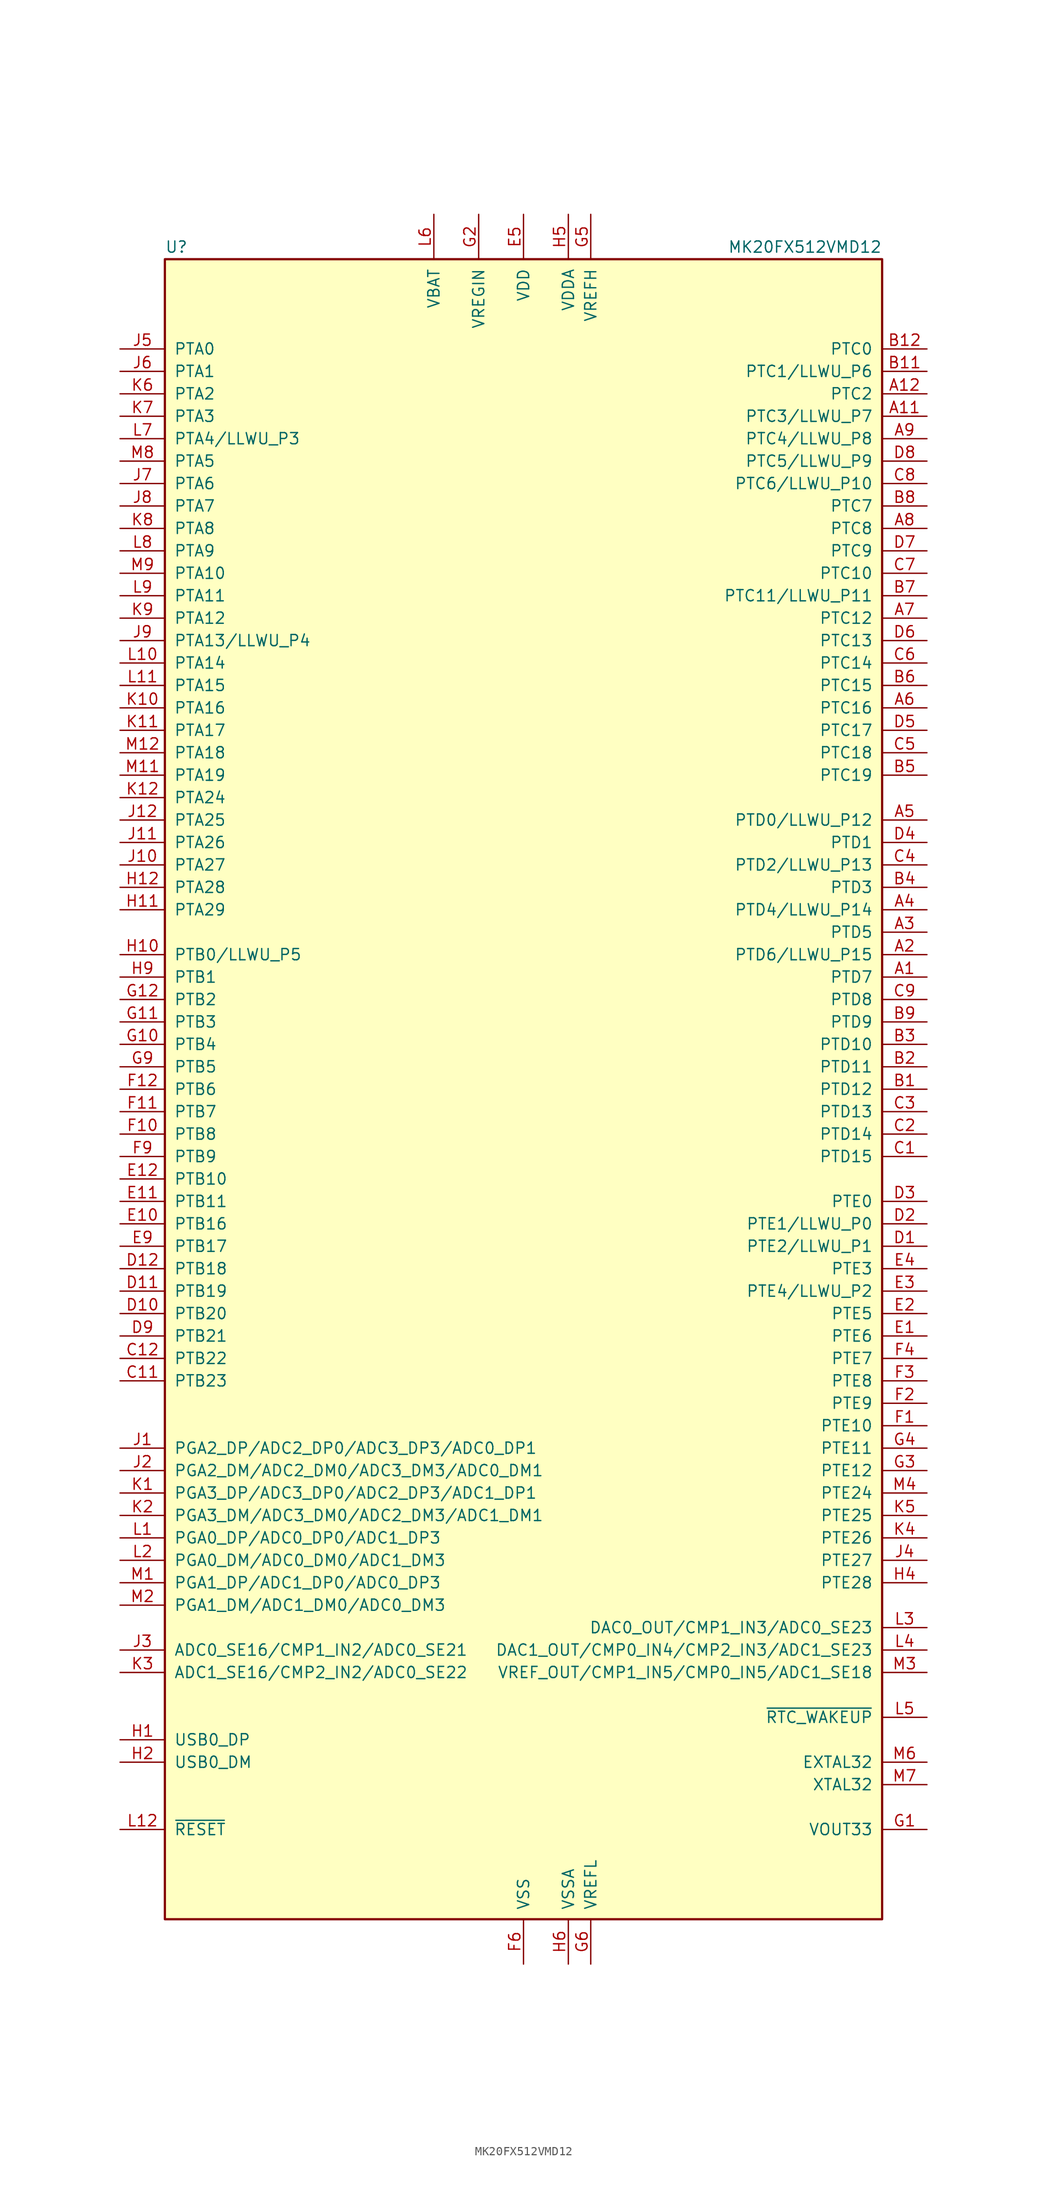
<source format=kicad_sym>
(kicad_symbol_lib
  (version 20231120)
  (generator "kicad_symbol_editor")
  (generator_version "8.0")
  (symbol "MK20FX512VMD12"
    (pin_names
      (offset 1.016))
    (property "Reference" "U"
      (at -40.64 94.615 0)
      (effects (font (size 1.27 1.27)) (justify left bottom)))
    (property "Value" "MK20FX512VMD12"
      (at 40.64 94.615 0)
      (effects (font (size 1.27 1.27)) (justify right bottom)))
    (symbol "MK20FX512VMD12_0_1"
      (rectangle (start -40.64 93.98) (end 40.64 -93.98) (stroke (width 0.254) (type default)) (fill (type background))))
    (symbol "MK20FX512VMD12_1_1"
      (pin bidirectional line (at 45.72 12.7 180) (length 5.08) (name "PTD7" (effects (font (size 1.27 1.27)))) (number "A1" (effects (font (size 1.27 1.27)))))
      (pin no_connect line (at -12.7 -93.98 90) (length 5.08) hide (name "NC" (effects (font (size 1.27 1.27)))) (number "A10" (effects (font (size 1.27 1.27)))))
      (pin bidirectional line (at 45.72 76.2 180) (length 5.08) (name "PTC3/LLWU_P7" (effects (font (size 1.27 1.27)))) (number "A11" (effects (font (size 1.27 1.27)))))
      (pin bidirectional line (at 45.72 78.74 180) (length 5.08) (name "PTC2" (effects (font (size 1.27 1.27)))) (number "A12" (effects (font (size 1.27 1.27)))))
      (pin bidirectional line (at 45.72 15.24 180) (length 5.08) (name "PTD6/LLWU_P15" (effects (font (size 1.27 1.27)))) (number "A2" (effects (font (size 1.27 1.27)))))
      (pin bidirectional line (at 45.72 17.78 180) (length 5.08) (name "PTD5" (effects (font (size 1.27 1.27)))) (number "A3" (effects (font (size 1.27 1.27)))))
      (pin bidirectional line (at 45.72 20.32 180) (length 5.08) (name "PTD4/LLWU_P14" (effects (font (size 1.27 1.27)))) (number "A4" (effects (font (size 1.27 1.27)))))
      (pin bidirectional line (at 45.72 30.48 180) (length 5.08) (name "PTD0/LLWU_P12" (effects (font (size 1.27 1.27)))) (number "A5" (effects (font (size 1.27 1.27)))))
      (pin bidirectional line (at 45.72 43.18 180) (length 5.08) (name "PTC16" (effects (font (size 1.27 1.27)))) (number "A6" (effects (font (size 1.27 1.27)))))
      (pin bidirectional line (at 45.72 53.34 180) (length 5.08) (name "PTC12" (effects (font (size 1.27 1.27)))) (number "A7" (effects (font (size 1.27 1.27)))))
      (pin bidirectional line (at 45.72 63.5 180) (length 5.08) (name "PTC8" (effects (font (size 1.27 1.27)))) (number "A8" (effects (font (size 1.27 1.27)))))
      (pin bidirectional line (at 45.72 73.66 180) (length 5.08) (name "PTC4/LLWU_P8" (effects (font (size 1.27 1.27)))) (number "A9" (effects (font (size 1.27 1.27)))))
      (pin bidirectional line (at 45.72 0 180) (length 5.08) (name "PTD12" (effects (font (size 1.27 1.27)))) (number "B1" (effects (font (size 1.27 1.27)))))
      (pin no_connect line (at -10.16 -93.98 90) (length 5.08) hide (name "NC" (effects (font (size 1.27 1.27)))) (number "B10" (effects (font (size 1.27 1.27)))))
      (pin bidirectional line (at 45.72 81.28 180) (length 5.08) (name "PTC1/LLWU_P6" (effects (font (size 1.27 1.27)))) (number "B11" (effects (font (size 1.27 1.27)))))
      (pin bidirectional line (at 45.72 83.82 180) (length 5.08) (name "PTC0" (effects (font (size 1.27 1.27)))) (number "B12" (effects (font (size 1.27 1.27)))))
      (pin bidirectional line (at 45.72 2.54 180) (length 5.08) (name "PTD11" (effects (font (size 1.27 1.27)))) (number "B2" (effects (font (size 1.27 1.27)))))
      (pin bidirectional line (at 45.72 5.08 180) (length 5.08) (name "PTD10" (effects (font (size 1.27 1.27)))) (number "B3" (effects (font (size 1.27 1.27)))))
      (pin bidirectional line (at 45.72 22.86 180) (length 5.08) (name "PTD3" (effects (font (size 1.27 1.27)))) (number "B4" (effects (font (size 1.27 1.27)))))
      (pin bidirectional line (at 45.72 35.56 180) (length 5.08) (name "PTC19" (effects (font (size 1.27 1.27)))) (number "B5" (effects (font (size 1.27 1.27)))))
      (pin bidirectional line (at 45.72 45.72 180) (length 5.08) (name "PTC15" (effects (font (size 1.27 1.27)))) (number "B6" (effects (font (size 1.27 1.27)))))
      (pin bidirectional line (at 45.72 55.88 180) (length 5.08) (name "PTC11/LLWU_P11" (effects (font (size 1.27 1.27)))) (number "B7" (effects (font (size 1.27 1.27)))))
      (pin bidirectional line (at 45.72 66.04 180) (length 5.08) (name "PTC7" (effects (font (size 1.27 1.27)))) (number "B8" (effects (font (size 1.27 1.27)))))
      (pin bidirectional line (at 45.72 7.62 180) (length 5.08) (name "PTD9" (effects (font (size 1.27 1.27)))) (number "B9" (effects (font (size 1.27 1.27)))))
      (pin bidirectional line (at 45.72 -7.62 180) (length 5.08) (name "PTD15" (effects (font (size 1.27 1.27)))) (number "C1" (effects (font (size 1.27 1.27)))))
      (pin no_connect line (at -7.62 -93.98 90) (length 5.08) hide (name "NC" (effects (font (size 1.27 1.27)))) (number "C10" (effects (font (size 1.27 1.27)))))
      (pin bidirectional line (at -45.72 -33.02 0) (length 5.08) (name "PTB23" (effects (font (size 1.27 1.27)))) (number "C11" (effects (font (size 1.27 1.27)))))
      (pin bidirectional line (at -45.72 -30.48 0) (length 5.08) (name "PTB22" (effects (font (size 1.27 1.27)))) (number "C12" (effects (font (size 1.27 1.27)))))
      (pin bidirectional line (at 45.72 -5.08 180) (length 5.08) (name "PTD14" (effects (font (size 1.27 1.27)))) (number "C2" (effects (font (size 1.27 1.27)))))
      (pin bidirectional line (at 45.72 -2.54 180) (length 5.08) (name "PTD13" (effects (font (size 1.27 1.27)))) (number "C3" (effects (font (size 1.27 1.27)))))
      (pin bidirectional line (at 45.72 25.4 180) (length 5.08) (name "PTD2/LLWU_P13" (effects (font (size 1.27 1.27)))) (number "C4" (effects (font (size 1.27 1.27)))))
      (pin bidirectional line (at 45.72 38.1 180) (length 5.08) (name "PTC18" (effects (font (size 1.27 1.27)))) (number "C5" (effects (font (size 1.27 1.27)))))
      (pin bidirectional line (at 45.72 48.26 180) (length 5.08) (name "PTC14" (effects (font (size 1.27 1.27)))) (number "C6" (effects (font (size 1.27 1.27)))))
      (pin bidirectional line (at 45.72 58.42 180) (length 5.08) (name "PTC10" (effects (font (size 1.27 1.27)))) (number "C7" (effects (font (size 1.27 1.27)))))
      (pin bidirectional line (at 45.72 68.58 180) (length 5.08) (name "PTC6/LLWU_P10" (effects (font (size 1.27 1.27)))) (number "C8" (effects (font (size 1.27 1.27)))))
      (pin bidirectional line (at 45.72 10.16 180) (length 5.08) (name "PTD8" (effects (font (size 1.27 1.27)))) (number "C9" (effects (font (size 1.27 1.27)))))
      (pin bidirectional line (at 45.72 -17.78 180) (length 5.08) (name "PTE2/LLWU_P1" (effects (font (size 1.27 1.27)))) (number "D1" (effects (font (size 1.27 1.27)))))
      (pin bidirectional line (at -45.72 -25.4 0) (length 5.08) (name "PTB20" (effects (font (size 1.27 1.27)))) (number "D10" (effects (font (size 1.27 1.27)))))
      (pin bidirectional line (at -45.72 -22.86 0) (length 5.08) (name "PTB19" (effects (font (size 1.27 1.27)))) (number "D11" (effects (font (size 1.27 1.27)))))
      (pin bidirectional line (at -45.72 -20.32 0) (length 5.08) (name "PTB18" (effects (font (size 1.27 1.27)))) (number "D12" (effects (font (size 1.27 1.27)))))
      (pin bidirectional line (at 45.72 -15.24 180) (length 5.08) (name "PTE1/LLWU_P0" (effects (font (size 1.27 1.27)))) (number "D2" (effects (font (size 1.27 1.27)))))
      (pin bidirectional line (at 45.72 -12.7 180) (length 5.08) (name "PTE0" (effects (font (size 1.27 1.27)))) (number "D3" (effects (font (size 1.27 1.27)))))
      (pin bidirectional line (at 45.72 27.94 180) (length 5.08) (name "PTD1" (effects (font (size 1.27 1.27)))) (number "D4" (effects (font (size 1.27 1.27)))))
      (pin bidirectional line (at 45.72 40.64 180) (length 5.08) (name "PTC17" (effects (font (size 1.27 1.27)))) (number "D5" (effects (font (size 1.27 1.27)))))
      (pin bidirectional line (at 45.72 50.8 180) (length 5.08) (name "PTC13" (effects (font (size 1.27 1.27)))) (number "D6" (effects (font (size 1.27 1.27)))))
      (pin bidirectional line (at 45.72 60.96 180) (length 5.08) (name "PTC9" (effects (font (size 1.27 1.27)))) (number "D7" (effects (font (size 1.27 1.27)))))
      (pin bidirectional line (at 45.72 71.12 180) (length 5.08) (name "PTC5/LLWU_P9" (effects (font (size 1.27 1.27)))) (number "D8" (effects (font (size 1.27 1.27)))))
      (pin bidirectional line (at -45.72 -27.94 0) (length 5.08) (name "PTB21" (effects (font (size 1.27 1.27)))) (number "D9" (effects (font (size 1.27 1.27)))))
      (pin bidirectional line (at 45.72 -27.94 180) (length 5.08) (name "PTE6" (effects (font (size 1.27 1.27)))) (number "E1" (effects (font (size 1.27 1.27)))))
      (pin bidirectional line (at -45.72 -15.24 0) (length 5.08) (name "PTB16" (effects (font (size 1.27 1.27)))) (number "E10" (effects (font (size 1.27 1.27)))))
      (pin bidirectional line (at -45.72 -12.7 0) (length 5.08) (name "PTB11" (effects (font (size 1.27 1.27)))) (number "E11" (effects (font (size 1.27 1.27)))))
      (pin bidirectional line (at -45.72 -10.16 0) (length 5.08) (name "PTB10" (effects (font (size 1.27 1.27)))) (number "E12" (effects (font (size 1.27 1.27)))))
      (pin bidirectional line (at 45.72 -25.4 180) (length 5.08) (name "PTE5" (effects (font (size 1.27 1.27)))) (number "E2" (effects (font (size 1.27 1.27)))))
      (pin bidirectional line (at 45.72 -22.86 180) (length 5.08) (name "PTE4/LLWU_P2" (effects (font (size 1.27 1.27)))) (number "E3" (effects (font (size 1.27 1.27)))))
      (pin bidirectional line (at 45.72 -20.32 180) (length 5.08) (name "PTE3" (effects (font (size 1.27 1.27)))) (number "E4" (effects (font (size 1.27 1.27)))))
      (pin power_in line (at 0 99.06 270) (length 5.08) (name "VDD" (effects (font (size 1.27 1.27)))) (number "E5" (effects (font (size 1.27 1.27)))))
      (pin passive line (at 0 99.06 270) (length 5.08) hide (name "VDD" (effects (font (size 1.27 1.27)))) (number "E6" (effects (font (size 1.27 1.27)))))
      (pin passive line (at 0 99.06 270) (length 5.08) hide (name "VDD" (effects (font (size 1.27 1.27)))) (number "E7" (effects (font (size 1.27 1.27)))))
      (pin passive line (at 0 99.06 270) (length 5.08) hide (name "VDD" (effects (font (size 1.27 1.27)))) (number "E8" (effects (font (size 1.27 1.27)))))
      (pin bidirectional line (at -45.72 -17.78 0) (length 5.08) (name "PTB17" (effects (font (size 1.27 1.27)))) (number "E9" (effects (font (size 1.27 1.27)))))
      (pin bidirectional line (at 45.72 -38.1 180) (length 5.08) (name "PTE10" (effects (font (size 1.27 1.27)))) (number "F1" (effects (font (size 1.27 1.27)))))
      (pin bidirectional line (at -45.72 -5.08 0) (length 5.08) (name "PTB8" (effects (font (size 1.27 1.27)))) (number "F10" (effects (font (size 1.27 1.27)))))
      (pin bidirectional line (at -45.72 -2.54 0) (length 5.08) (name "PTB7" (effects (font (size 1.27 1.27)))) (number "F11" (effects (font (size 1.27 1.27)))))
      (pin bidirectional line (at -45.72 0 0) (length 5.08) (name "PTB6" (effects (font (size 1.27 1.27)))) (number "F12" (effects (font (size 1.27 1.27)))))
      (pin bidirectional line (at 45.72 -35.56 180) (length 5.08) (name "PTE9" (effects (font (size 1.27 1.27)))) (number "F2" (effects (font (size 1.27 1.27)))))
      (pin bidirectional line (at 45.72 -33.02 180) (length 5.08) (name "PTE8" (effects (font (size 1.27 1.27)))) (number "F3" (effects (font (size 1.27 1.27)))))
      (pin bidirectional line (at 45.72 -30.48 180) (length 5.08) (name "PTE7" (effects (font (size 1.27 1.27)))) (number "F4" (effects (font (size 1.27 1.27)))))
      (pin passive line (at 0 99.06 270) (length 5.08) hide (name "VDD" (effects (font (size 1.27 1.27)))) (number "F5" (effects (font (size 1.27 1.27)))))
      (pin power_in line (at 0 -99.06 90) (length 5.08) (name "VSS" (effects (font (size 1.27 1.27)))) (number "F6" (effects (font (size 1.27 1.27)))))
      (pin passive line (at 0 -99.06 90) (length 5.08) hide (name "VSS" (effects (font (size 1.27 1.27)))) (number "F7" (effects (font (size 1.27 1.27)))))
      (pin passive line (at 0 99.06 270) (length 5.08) hide (name "VDD" (effects (font (size 1.27 1.27)))) (number "F8" (effects (font (size 1.27 1.27)))))
      (pin bidirectional line (at -45.72 -7.62 0) (length 5.08) (name "PTB9" (effects (font (size 1.27 1.27)))) (number "F9" (effects (font (size 1.27 1.27)))))
      (pin power_out line (at 45.72 -83.82 180) (length 5.08) (name "VOUT33" (effects (font (size 1.27 1.27)))) (number "G1" (effects (font (size 1.27 1.27)))))
      (pin bidirectional line (at -45.72 5.08 0) (length 5.08) (name "PTB4" (effects (font (size 1.27 1.27)))) (number "G10" (effects (font (size 1.27 1.27)))))
      (pin bidirectional line (at -45.72 7.62 0) (length 5.08) (name "PTB3" (effects (font (size 1.27 1.27)))) (number "G11" (effects (font (size 1.27 1.27)))))
      (pin bidirectional line (at -45.72 10.16 0) (length 5.08) (name "PTB2" (effects (font (size 1.27 1.27)))) (number "G12" (effects (font (size 1.27 1.27)))))
      (pin power_in line (at -5.08 99.06 270) (length 5.08) (name "VREGIN" (effects (font (size 1.27 1.27)))) (number "G2" (effects (font (size 1.27 1.27)))))
      (pin bidirectional line (at 45.72 -43.18 180) (length 5.08) (name "PTE12" (effects (font (size 1.27 1.27)))) (number "G3" (effects (font (size 1.27 1.27)))))
      (pin bidirectional line (at 45.72 -40.64 180) (length 5.08) (name "PTE11" (effects (font (size 1.27 1.27)))) (number "G4" (effects (font (size 1.27 1.27)))))
      (pin power_in line (at 7.62 99.06 270) (length 5.08) (name "VREFH" (effects (font (size 1.27 1.27)))) (number "G5" (effects (font (size 1.27 1.27)))))
      (pin power_in line (at 7.62 -99.06 90) (length 5.08) (name "VREFL" (effects (font (size 1.27 1.27)))) (number "G6" (effects (font (size 1.27 1.27)))))
      (pin passive line (at 0 -99.06 90) (length 5.08) hide (name "VSS" (effects (font (size 1.27 1.27)))) (number "G7" (effects (font (size 1.27 1.27)))))
      (pin passive line (at 0 -99.06 90) (length 5.08) hide (name "VSS" (effects (font (size 1.27 1.27)))) (number "G8" (effects (font (size 1.27 1.27)))))
      (pin bidirectional line (at -45.72 2.54 0) (length 5.08) (name "PTB5" (effects (font (size 1.27 1.27)))) (number "G9" (effects (font (size 1.27 1.27)))))
      (pin bidirectional line (at -45.72 -73.66 0) (length 5.08) (name "USB0_DP" (effects (font (size 1.27 1.27)))) (number "H1" (effects (font (size 1.27 1.27)))))
      (pin bidirectional line (at -45.72 15.24 0) (length 5.08) (name "PTB0/LLWU_P5" (effects (font (size 1.27 1.27)))) (number "H10" (effects (font (size 1.27 1.27)))))
      (pin bidirectional line (at -45.72 20.32 0) (length 5.08) (name "PTA29" (effects (font (size 1.27 1.27)))) (number "H11" (effects (font (size 1.27 1.27)))))
      (pin bidirectional line (at -45.72 22.86 0) (length 5.08) (name "PTA28" (effects (font (size 1.27 1.27)))) (number "H12" (effects (font (size 1.27 1.27)))))
      (pin bidirectional line (at -45.72 -76.2 0) (length 5.08) (name "USB0_DM" (effects (font (size 1.27 1.27)))) (number "H2" (effects (font (size 1.27 1.27)))))
      (pin passive line (at 0 -99.06 90) (length 5.08) hide (name "VSS" (effects (font (size 1.27 1.27)))) (number "H3" (effects (font (size 1.27 1.27)))))
      (pin bidirectional line (at 45.72 -55.88 180) (length 5.08) (name "PTE28" (effects (font (size 1.27 1.27)))) (number "H4" (effects (font (size 1.27 1.27)))))
      (pin power_in line (at 5.08 99.06 270) (length 5.08) (name "VDDA" (effects (font (size 1.27 1.27)))) (number "H5" (effects (font (size 1.27 1.27)))))
      (pin power_in line (at 5.08 -99.06 90) (length 5.08) (name "VSSA" (effects (font (size 1.27 1.27)))) (number "H6" (effects (font (size 1.27 1.27)))))
      (pin passive line (at 0 -99.06 90) (length 5.08) hide (name "VSS" (effects (font (size 1.27 1.27)))) (number "H7" (effects (font (size 1.27 1.27)))))
      (pin passive line (at 0 -99.06 90) (length 5.08) hide (name "VSS" (effects (font (size 1.27 1.27)))) (number "H8" (effects (font (size 1.27 1.27)))))
      (pin bidirectional line (at -45.72 12.7 0) (length 5.08) (name "PTB1" (effects (font (size 1.27 1.27)))) (number "H9" (effects (font (size 1.27 1.27)))))
      (pin input line (at -45.72 -40.64 0) (length 5.08) (name "PGA2_DP/ADC2_DP0/ADC3_DP3/ADC0_DP1" (effects (font (size 1.27 1.27)))) (number "J1" (effects (font (size 1.27 1.27)))))
      (pin bidirectional line (at -45.72 25.4 0) (length 5.08) (name "PTA27" (effects (font (size 1.27 1.27)))) (number "J10" (effects (font (size 1.27 1.27)))))
      (pin bidirectional line (at -45.72 27.94 0) (length 5.08) (name "PTA26" (effects (font (size 1.27 1.27)))) (number "J11" (effects (font (size 1.27 1.27)))))
      (pin bidirectional line (at -45.72 30.48 0) (length 5.08) (name "PTA25" (effects (font (size 1.27 1.27)))) (number "J12" (effects (font (size 1.27 1.27)))))
      (pin input line (at -45.72 -43.18 0) (length 5.08) (name "PGA2_DM/ADC2_DM0/ADC3_DM3/ADC0_DM1" (effects (font (size 1.27 1.27)))) (number "J2" (effects (font (size 1.27 1.27)))))
      (pin input line (at -45.72 -63.5 0) (length 5.08) (name "ADC0_SE16/CMP1_IN2/ADC0_SE21" (effects (font (size 1.27 1.27)))) (number "J3" (effects (font (size 1.27 1.27)))))
      (pin bidirectional line (at 45.72 -53.34 180) (length 5.08) (name "PTE27" (effects (font (size 1.27 1.27)))) (number "J4" (effects (font (size 1.27 1.27)))))
      (pin bidirectional line (at -45.72 83.82 0) (length 5.08) (name "PTA0" (effects (font (size 1.27 1.27)))) (number "J5" (effects (font (size 1.27 1.27)))))
      (pin bidirectional line (at -45.72 81.28 0) (length 5.08) (name "PTA1" (effects (font (size 1.27 1.27)))) (number "J6" (effects (font (size 1.27 1.27)))))
      (pin bidirectional line (at -45.72 68.58 0) (length 5.08) (name "PTA6" (effects (font (size 1.27 1.27)))) (number "J7" (effects (font (size 1.27 1.27)))))
      (pin bidirectional line (at -45.72 66.04 0) (length 5.08) (name "PTA7" (effects (font (size 1.27 1.27)))) (number "J8" (effects (font (size 1.27 1.27)))))
      (pin bidirectional line (at -45.72 50.8 0) (length 5.08) (name "PTA13/LLWU_P4" (effects (font (size 1.27 1.27)))) (number "J9" (effects (font (size 1.27 1.27)))))
      (pin input line (at -45.72 -45.72 0) (length 5.08) (name "PGA3_DP/ADC3_DP0/ADC2_DP3/ADC1_DP1" (effects (font (size 1.27 1.27)))) (number "K1" (effects (font (size 1.27 1.27)))))
      (pin bidirectional line (at -45.72 43.18 0) (length 5.08) (name "PTA16" (effects (font (size 1.27 1.27)))) (number "K10" (effects (font (size 1.27 1.27)))))
      (pin bidirectional line (at -45.72 40.64 0) (length 5.08) (name "PTA17" (effects (font (size 1.27 1.27)))) (number "K11" (effects (font (size 1.27 1.27)))))
      (pin bidirectional line (at -45.72 33.02 0) (length 5.08) (name "PTA24" (effects (font (size 1.27 1.27)))) (number "K12" (effects (font (size 1.27 1.27)))))
      (pin input line (at -45.72 -48.26 0) (length 5.08) (name "PGA3_DM/ADC3_DM0/ADC2_DM3/ADC1_DM1" (effects (font (size 1.27 1.27)))) (number "K2" (effects (font (size 1.27 1.27)))))
      (pin input line (at -45.72 -66.04 0) (length 5.08) (name "ADC1_SE16/CMP2_IN2/ADC0_SE22" (effects (font (size 1.27 1.27)))) (number "K3" (effects (font (size 1.27 1.27)))))
      (pin bidirectional line (at 45.72 -50.8 180) (length 5.08) (name "PTE26" (effects (font (size 1.27 1.27)))) (number "K4" (effects (font (size 1.27 1.27)))))
      (pin bidirectional line (at 45.72 -48.26 180) (length 5.08) (name "PTE25" (effects (font (size 1.27 1.27)))) (number "K5" (effects (font (size 1.27 1.27)))))
      (pin bidirectional line (at -45.72 78.74 0) (length 5.08) (name "PTA2" (effects (font (size 1.27 1.27)))) (number "K6" (effects (font (size 1.27 1.27)))))
      (pin bidirectional line (at -45.72 76.2 0) (length 5.08) (name "PTA3" (effects (font (size 1.27 1.27)))) (number "K7" (effects (font (size 1.27 1.27)))))
      (pin bidirectional line (at -45.72 63.5 0) (length 5.08) (name "PTA8" (effects (font (size 1.27 1.27)))) (number "K8" (effects (font (size 1.27 1.27)))))
      (pin bidirectional line (at -45.72 53.34 0) (length 5.08) (name "PTA12" (effects (font (size 1.27 1.27)))) (number "K9" (effects (font (size 1.27 1.27)))))
      (pin input line (at -45.72 -50.8 0) (length 5.08) (name "PGA0_DP/ADC0_DP0/ADC1_DP3" (effects (font (size 1.27 1.27)))) (number "L1" (effects (font (size 1.27 1.27)))))
      (pin bidirectional line (at -45.72 48.26 0) (length 5.08) (name "PTA14" (effects (font (size 1.27 1.27)))) (number "L10" (effects (font (size 1.27 1.27)))))
      (pin bidirectional line (at -45.72 45.72 0) (length 5.08) (name "PTA15" (effects (font (size 1.27 1.27)))) (number "L11" (effects (font (size 1.27 1.27)))))
      (pin bidirectional line (at -45.72 -83.82 0) (length 5.08) (name "~{RESET}" (effects (font (size 1.27 1.27)))) (number "L12" (effects (font (size 1.27 1.27)))))
      (pin input line (at -45.72 -53.34 0) (length 5.08) (name "PGA0_DM/ADC0_DM0/ADC1_DM3" (effects (font (size 1.27 1.27)))) (number "L2" (effects (font (size 1.27 1.27)))))
      (pin bidirectional line (at 45.72 -60.96 180) (length 5.08) (name "DAC0_OUT/CMP1_IN3/ADC0_SE23" (effects (font (size 1.27 1.27)))) (number "L3" (effects (font (size 1.27 1.27)))))
      (pin bidirectional line (at 45.72 -63.5 180) (length 5.08) (name "DAC1_OUT/CMP0_IN4/CMP2_IN3/ADC1_SE23" (effects (font (size 1.27 1.27)))) (number "L4" (effects (font (size 1.27 1.27)))))
      (pin output line (at 45.72 -71.12 180) (length 5.08) (name "~{RTC_WAKEUP}" (effects (font (size 1.27 1.27)))) (number "L5" (effects (font (size 1.27 1.27)))))
      (pin power_in line (at -10.16 99.06 270) (length 5.08) (name "VBAT" (effects (font (size 1.27 1.27)))) (number "L6" (effects (font (size 1.27 1.27)))))
      (pin bidirectional line (at -45.72 73.66 0) (length 5.08) (name "PTA4/LLWU_P3" (effects (font (size 1.27 1.27)))) (number "L7" (effects (font (size 1.27 1.27)))))
      (pin bidirectional line (at -45.72 60.96 0) (length 5.08) (name "PTA9" (effects (font (size 1.27 1.27)))) (number "L8" (effects (font (size 1.27 1.27)))))
      (pin bidirectional line (at -45.72 55.88 0) (length 5.08) (name "PTA11" (effects (font (size 1.27 1.27)))) (number "L9" (effects (font (size 1.27 1.27)))))
      (pin input line (at -45.72 -55.88 0) (length 5.08) (name "PGA1_DP/ADC1_DP0/ADC0_DP3" (effects (font (size 1.27 1.27)))) (number "M1" (effects (font (size 1.27 1.27)))))
      (pin passive line (at 0 -99.06 90) (length 5.08) hide (name "VSS" (effects (font (size 1.27 1.27)))) (number "M10" (effects (font (size 1.27 1.27)))))
      (pin bidirectional line (at -45.72 35.56 0) (length 5.08) (name "PTA19" (effects (font (size 1.27 1.27)))) (number "M11" (effects (font (size 1.27 1.27)))))
      (pin bidirectional line (at -45.72 38.1 0) (length 5.08) (name "PTA18" (effects (font (size 1.27 1.27)))) (number "M12" (effects (font (size 1.27 1.27)))))
      (pin input line (at -45.72 -58.42 0) (length 5.08) (name "PGA1_DM/ADC1_DM0/ADC0_DM3" (effects (font (size 1.27 1.27)))) (number "M2" (effects (font (size 1.27 1.27)))))
      (pin bidirectional line (at 45.72 -66.04 180) (length 5.08) (name "VREF_OUT/CMP1_IN5/CMP0_IN5/ADC1_SE18" (effects (font (size 1.27 1.27)))) (number "M3" (effects (font (size 1.27 1.27)))))
      (pin bidirectional line (at 45.72 -45.72 180) (length 5.08) (name "PTE24" (effects (font (size 1.27 1.27)))) (number "M4" (effects (font (size 1.27 1.27)))))
      (pin no_connect line (at -5.08 -93.98 90) (length 5.08) hide (name "NC" (effects (font (size 1.27 1.27)))) (number "M5" (effects (font (size 1.27 1.27)))))
      (pin input line (at 45.72 -76.2 180) (length 5.08) (name "EXTAL32" (effects (font (size 1.27 1.27)))) (number "M6" (effects (font (size 1.27 1.27)))))
      (pin output line (at 45.72 -78.74 180) (length 5.08) (name "XTAL32" (effects (font (size 1.27 1.27)))) (number "M7" (effects (font (size 1.27 1.27)))))
      (pin bidirectional line (at -45.72 71.12 0) (length 5.08) (name "PTA5" (effects (font (size 1.27 1.27)))) (number "M8" (effects (font (size 1.27 1.27)))))
      (pin bidirectional line (at -45.72 58.42 0) (length 5.08) (name "PTA10" (effects (font (size 1.27 1.27)))) (number "M9" (effects (font (size 1.27 1.27))))))))
</source>
